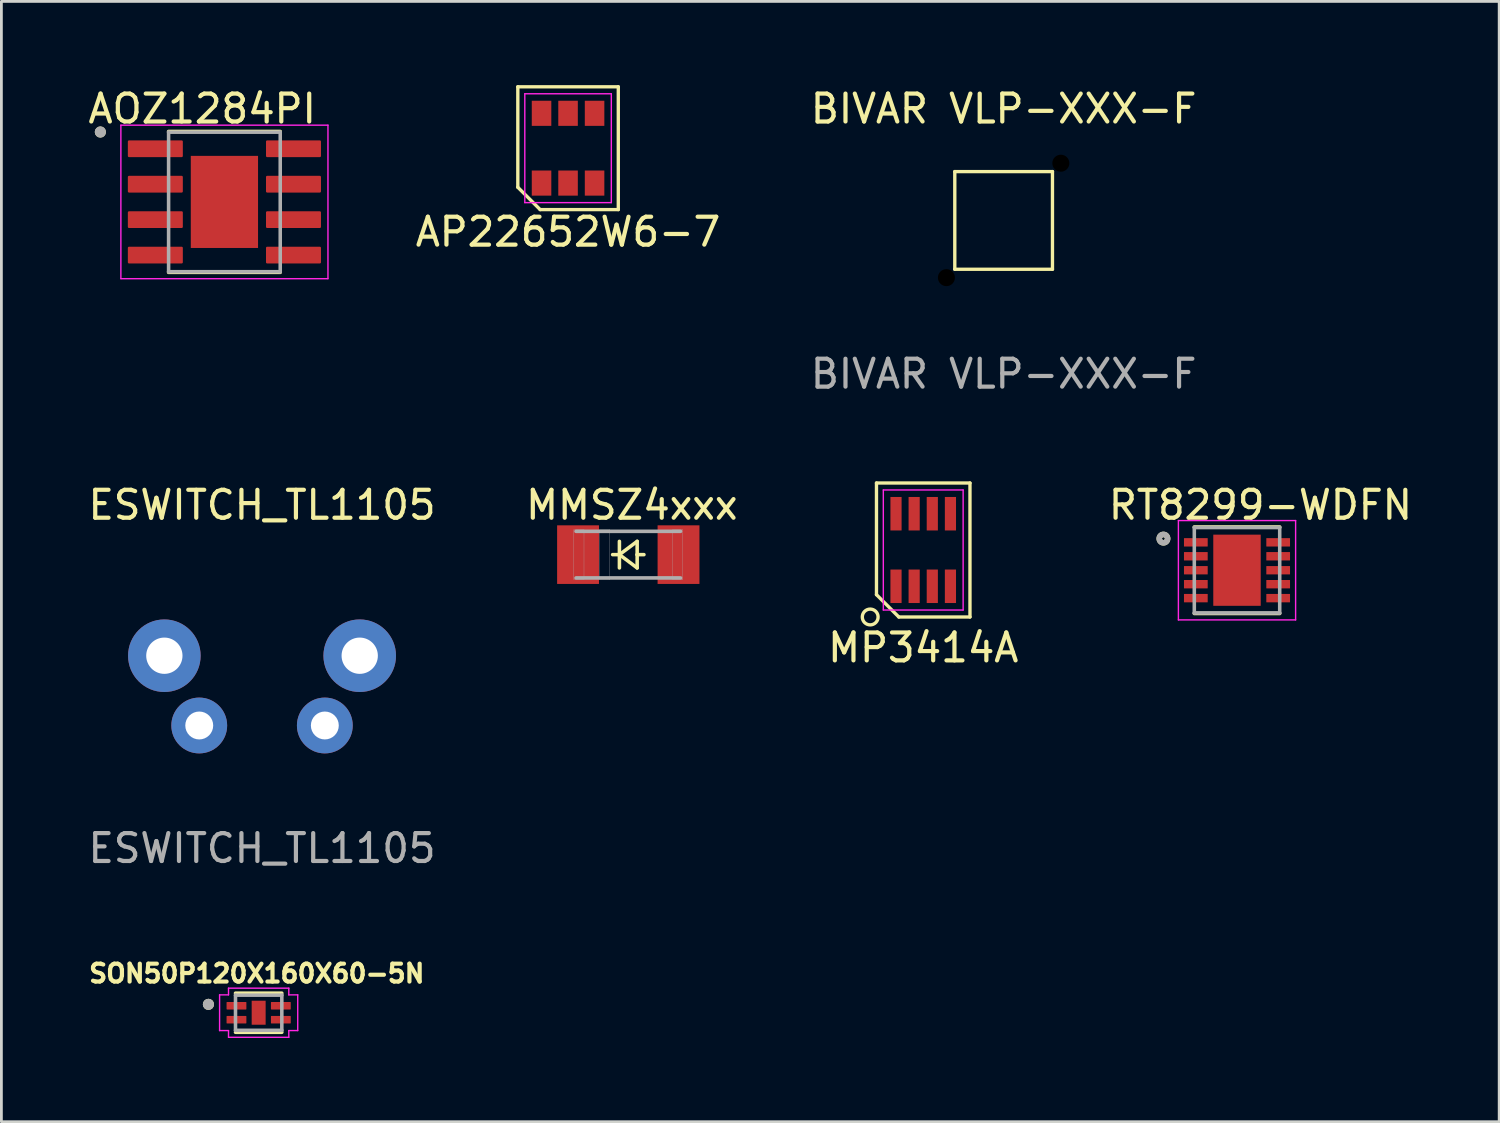
<source format=kicad_pcb>
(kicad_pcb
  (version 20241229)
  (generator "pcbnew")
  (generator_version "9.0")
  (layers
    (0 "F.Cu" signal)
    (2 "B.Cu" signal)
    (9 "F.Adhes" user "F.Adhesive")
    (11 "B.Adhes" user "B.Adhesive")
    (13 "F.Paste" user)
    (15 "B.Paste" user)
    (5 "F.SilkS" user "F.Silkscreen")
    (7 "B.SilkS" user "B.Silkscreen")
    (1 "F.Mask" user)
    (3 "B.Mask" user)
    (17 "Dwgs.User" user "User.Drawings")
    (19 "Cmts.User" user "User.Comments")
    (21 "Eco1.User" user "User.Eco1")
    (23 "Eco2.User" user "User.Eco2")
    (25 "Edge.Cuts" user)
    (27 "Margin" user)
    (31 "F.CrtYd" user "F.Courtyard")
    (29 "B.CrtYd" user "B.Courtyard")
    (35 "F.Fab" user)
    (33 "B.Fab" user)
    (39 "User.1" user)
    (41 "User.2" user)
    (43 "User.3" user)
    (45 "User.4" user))
  (footprint "MP3414A"
    (layer "F.Cu")
    (at 30.03 16.657)
    (property "Reference" "MP3414A" (at 0 3.5 0) (layer "F.SilkS") (effects (font (size 1 1) (thickness 0.15))))
    (attr through_hole)
    (fp_line (start -1.675 -2.4) (end 1.675 -2.4) (stroke (width 0.12) (type solid)) (layer "F.SilkS"))
    (fp_line (start -1.675 1.6) (end -1.675 -2.4) (stroke (width 0.12) (type solid)) (layer "F.SilkS"))
    (fp_line (start -0.875 2.4) (end -1.675 1.6) (stroke (width 0.12) (type solid)) (layer "F.SilkS"))
    (fp_line (start 1.675 -2.4) (end 1.675 2.4) (stroke (width 0.12) (type solid)) (layer "F.SilkS"))
    (fp_line (start 1.675 2.4) (end -0.875 2.4) (stroke (width 0.12) (type solid)) (layer "F.SilkS"))
    (fp_circle (center -1.9 2.4) (end -1.7 2.2) (stroke (width 0.12) (type solid)) (fill no) (layer "F.SilkS"))
    (fp_line (start -1.43 -2.15) (end 1.43 -2.15) (stroke (width 0.05) (type solid)) (layer "F.CrtYd"))
    (fp_line (start -1.43 2.15) (end -1.43 -2.15) (stroke (width 0.05) (type solid)) (layer "F.CrtYd"))
    (fp_line (start 1.43 -2.15) (end 1.43 2.15) (stroke (width 0.05) (type solid)) (layer "F.CrtYd"))
    (fp_line (start 1.43 2.15) (end -1.43 2.15) (stroke (width 0.05) (type solid)) (layer "F.CrtYd"))
    (pad "1" smd rect (at -0.975 1.3) (size 0.4 1.2) (layers "F.Cu" "F.Mask" "F.Paste"))
    (pad "2" smd rect (at -0.325 1.3) (size 0.4 1.2) (layers "F.Cu" "F.Mask" "F.Paste"))
    (pad "3" smd rect (at 0.325 1.3) (size 0.4 1.2) (layers "F.Cu" "F.Mask" "F.Paste"))
    (pad "4" smd rect (at 0.975 1.3) (size 0.4 1.2) (layers "F.Cu" "F.Mask" "F.Paste"))
    (pad "5" smd rect (at 0.975 -1.3) (size 0.4 1.2) (layers "F.Cu" "F.Mask" "F.Paste"))
    (pad "6" smd rect (at 0.325 -1.3) (size 0.4 1.2) (layers "F.Cu" "F.Mask" "F.Paste"))
    (pad "7" smd rect (at -0.325 -1.3) (size 0.4 1.2) (layers "F.Cu" "F.Mask" "F.Paste"))
    (pad "8" smd rect (at -0.975 -1.3) (size 0.4 1.2) (layers "F.Cu" "F.Mask" "F.Paste")))
  (footprint "BIVAR VLP-XXX-F"
    (layer "F.Cu")
    (at 32.911 4.848)
    (property "Reference" "BIVAR VLP-XXX-F" (at 0 -4 0) (unlocked yes) (layer "F.SilkS") (effects (font (size 1 1) (thickness 0.15))))
    (fp_line (start -1.75 -1.75) (end 1.75 -1.75) (stroke (width 0.12) (type solid)) (layer "F.SilkS"))
    (fp_line (start -1.75 1.75) (end -1.75 -1.75) (stroke (width 0.12) (type solid)) (layer "F.SilkS"))
    (fp_line (start 1.75 -1.75) (end 1.75 1.75) (stroke (width 0.12) (type solid)) (layer "F.SilkS"))
    (fp_line (start 1.75 1.75) (end -1.75 1.75) (stroke (width 0.12) (type solid)) (layer "F.SilkS"))
    (fp_text user "${REFERENCE}" (at 0 5.5 0) (unlocked yes) (layer "F.Fab") (effects (font (size 1 1) (thickness 0.15))))
    (pad "" np_thru_hole circle (at -2.05 2.05) (size 0.61 0.61) (drill 0.61) (layers "*.Mask"))
    (pad "" np_thru_hole circle (at 2.05 -2.05) (size 0.61 0.61) (drill 0.61) (layers "*.Mask")))
  (footprint "AOZ1284PI"
    (layer "F.Cu")
    (at 4.991 4.185)
    (property "Reference" "AOZ1284PI" (at -0.795 -3.337 0) (layer "F.SilkS") (effects (font (size 1 1) (thickness 0.15))))
    (attr through_hole)
    (fp_line (start -2 -2.525) (end 2 -2.525) (stroke (width 0.127) (type solid)) (layer "F.SilkS"))
    (fp_line (start -2 2.525) (end 2 2.525) (stroke (width 0.127) (type solid)) (layer "F.SilkS"))
    (fp_circle (center -4.445 -2.505) (end -4.345 -2.505) (stroke (width 0.2) (type solid)) (fill no) (layer "F.SilkS"))
    (fp_poly (pts (xy -0.76 -1.04) (xy 0.76 -1.04) (xy 0.76 1.04) (xy -0.76 1.04)) (stroke (width 0.01) (type solid)) (fill yes) (layer "F.Paste"))
    (fp_line (start -3.71 -2.75) (end -3.71 2.75) (stroke (width 0.05) (type solid)) (layer "F.CrtYd"))
    (fp_line (start -3.71 -2.75) (end 3.71 -2.75) (stroke (width 0.05) (type solid)) (layer "F.CrtYd"))
    (fp_line (start -3.71 2.75) (end 3.71 2.75) (stroke (width 0.05) (type solid)) (layer "F.CrtYd"))
    (fp_line (start 3.71 -2.75) (end 3.71 2.75) (stroke (width 0.05) (type solid)) (layer "F.CrtYd"))
    (fp_line (start -2 -2.5) (end -2 2.5) (stroke (width 0.127) (type solid)) (layer "F.Fab"))
    (fp_line (start -2 -2.5) (end 2 -2.5) (stroke (width 0.127) (type solid)) (layer "F.Fab"))
    (fp_line (start -2 2.5) (end 2 2.5) (stroke (width 0.127) (type solid)) (layer "F.Fab"))
    (fp_line (start 2 -2.5) (end 2 2.5) (stroke (width 0.127) (type solid)) (layer "F.Fab"))
    (fp_circle (center -4.445 -2.505) (end -4.345 -2.505) (stroke (width 0.2) (type solid)) (fill no) (layer "F.Fab"))
    (pad "1" smd roundrect (at -2.475 -1.905) (size 1.97 0.6) (layers "F.Cu" "F.Mask" "F.Paste") (roundrect_rratio 0.07))
    (pad "2" smd roundrect (at -2.475 -0.635) (size 1.97 0.6) (layers "F.Cu" "F.Mask" "F.Paste") (roundrect_rratio 0.07))
    (pad "3" smd roundrect (at -2.475 0.635) (size 1.97 0.6) (layers "F.Cu" "F.Mask" "F.Paste") (roundrect_rratio 0.07))
    (pad "4" smd roundrect (at -2.475 1.905) (size 1.97 0.6) (layers "F.Cu" "F.Mask" "F.Paste") (roundrect_rratio 0.07))
    (pad "5" smd roundrect (at 2.475 1.905) (size 1.97 0.6) (layers "F.Cu" "F.Mask" "F.Paste") (roundrect_rratio 0.07))
    (pad "6" smd roundrect (at 2.475 0.635) (size 1.97 0.6) (layers "F.Cu" "F.Mask" "F.Paste") (roundrect_rratio 0.07))
    (pad "7" smd roundrect (at 2.475 -0.635) (size 1.97 0.6) (layers "F.Cu" "F.Mask" "F.Paste") (roundrect_rratio 0.07))
    (pad "8" smd roundrect (at 2.475 -1.905) (size 1.97 0.6) (layers "F.Cu" "F.Mask" "F.Paste") (roundrect_rratio 0.07))
    (pad "9" smd rect (at 0 0) (size 2.41 3.3) (layers "F.Cu" "F.Mask")))
  (footprint "SON50P120X160X60-5N"
    (layer "F.Cu")
    (at 6.218 33.237)
    (property "Reference" "SON50P120X160X60-5N" (at -0.068 -1.406 0) (layer "F.SilkS") (effects (font (size 0.64 0.64) (thickness 0.15))))
    (attr through_hole)
    (fp_line (start -0.83 -0.7) (end 0.83 -0.7) (stroke (width 0.127) (type solid)) (layer "F.SilkS"))
    (fp_line (start -0.83 0.7) (end 0.83 0.7) (stroke (width 0.127) (type solid)) (layer "F.SilkS"))
    (fp_circle (center -1.8 -0.3) (end -1.7 -0.3) (stroke (width 0.2) (type solid)) (fill no) (layer "F.SilkS"))
    (fp_poly (pts (xy -0.159 -0.339) (xy 0.159 -0.339) (xy 0.159 0.339) (xy -0.159 0.339)) (stroke (width 0.01) (type solid)) (fill yes) (layer "F.Paste"))
    (fp_line (start -1.4 -0.64) (end -1.4 0.64) (stroke (width 0.05) (type solid)) (layer "F.CrtYd"))
    (fp_line (start -1.4 -0.64) (end -1.08 -0.64) (stroke (width 0.05) (type solid)) (layer "F.CrtYd"))
    (fp_line (start -1.08 -0.88) (end 1.08 -0.88) (stroke (width 0.05) (type solid)) (layer "F.CrtYd"))
    (fp_line (start -1.08 -0.64) (end -1.08 -0.88) (stroke (width 0.05) (type solid)) (layer "F.CrtYd"))
    (fp_line (start -1.08 0.64) (end -1.4 0.64) (stroke (width 0.05) (type solid)) (layer "F.CrtYd"))
    (fp_line (start -1.08 0.88) (end -1.08 0.64) (stroke (width 0.05) (type solid)) (layer "F.CrtYd"))
    (fp_line (start 1.08 -0.88) (end 1.08 -0.64) (stroke (width 0.05) (type solid)) (layer "F.CrtYd"))
    (fp_line (start 1.08 -0.64) (end 1.4 -0.64) (stroke (width 0.05) (type solid)) (layer "F.CrtYd"))
    (fp_line (start 1.08 0.64) (end 1.08 0.88) (stroke (width 0.05) (type solid)) (layer "F.CrtYd"))
    (fp_line (start 1.08 0.88) (end -1.08 0.88) (stroke (width 0.05) (type solid)) (layer "F.CrtYd"))
    (fp_line (start 1.4 0.64) (end 1.08 0.64) (stroke (width 0.05) (type solid)) (layer "F.CrtYd"))
    (fp_line (start 1.4 0.64) (end 1.4 -0.64) (stroke (width 0.05) (type solid)) (layer "F.CrtYd"))
    (fp_line (start -0.83 -0.63) (end 0.83 -0.63) (stroke (width 0.127) (type solid)) (layer "F.Fab"))
    (fp_line (start -0.83 0.63) (end -0.83 -0.63) (stroke (width 0.127) (type solid)) (layer "F.Fab"))
    (fp_line (start 0.83 -0.63) (end 0.83 0.63) (stroke (width 0.127) (type solid)) (layer "F.Fab"))
    (fp_line (start 0.83 0.63) (end -0.83 0.63) (stroke (width 0.127) (type solid)) (layer "F.Fab"))
    (fp_circle (center -1.8 -0.3) (end -1.7 -0.3) (stroke (width 0.2) (type solid)) (fill no) (layer "F.Fab"))
    (pad "1" smd roundrect (at -0.795 -0.25) (size 0.71 0.27) (layers "F.Cu" "F.Mask" "F.Paste") (roundrect_rratio 0.07))
    (pad "2" smd roundrect (at -0.795 0.25) (size 0.71 0.27) (layers "F.Cu" "F.Mask" "F.Paste") (roundrect_rratio 0.07))
    (pad "3" smd roundrect (at 0.795 0.25) (size 0.71 0.27) (layers "F.Cu" "F.Mask" "F.Paste") (roundrect_rratio 0.07))
    (pad "4" smd roundrect (at 0.795 -0.25) (size 0.71 0.27) (layers "F.Cu" "F.Mask" "F.Paste") (roundrect_rratio 0.07))
    (pad "5" smd rect (at 0 0) (size 0.5 0.86) (layers "F.Cu" "F.Mask")))
  (footprint "ESWITCH_TL1105"
    (layer "F.Cu")
    (at 6.339 22.945)
    (property "Reference" "ESWITCH_TL1105" (at 0 -7.9 0) (unlocked yes) (layer "F.SilkS") (effects (font (size 1 1) (thickness 0.15))))
    (attr through_hole)
    (fp_text user "${REFERENCE}" (at 0 4.4 0) (unlocked yes) (layer "F.Fab") (effects (font (size 1 1) (thickness 0.15))))
    (pad "1" thru_hole circle (at -2.25 0) (size 2 2) (drill 1) (layers "*.Cu" "*.Mask"))
    (pad "2" thru_hole circle (at 2.25 0) (size 2 2) (drill 1) (layers "*.Cu" "*.Mask"))
    (pad "3" thru_hole circle (at -3.5 -2.5) (size 2.6 2.6) (drill 1.3) (layers "*.Cu" "*.Mask"))
    (pad "4" thru_hole circle (at 3.5 -2.5 90) (size 2.6 2.6) (drill 1.3) (layers "*.Cu" "*.Mask")))
  (footprint "AP22652W6-7"
    (layer "F.Cu")
    (at 17.304 2.26)
    (property "Reference" "AP22652W6-7" (at 0 3 180) (layer "F.SilkS") (effects (font (size 1 1) (thickness 0.15))))
    (attr through_hole)
    (fp_line (start -1.8 -2.2) (end 1.8 -2.2) (stroke (width 0.12) (type solid)) (layer "F.SilkS"))
    (fp_line (start -1.8 1.4) (end -1.8 -2.2) (stroke (width 0.12) (type solid)) (layer "F.SilkS"))
    (fp_line (start -1 2.2) (end -1.8 1.4) (stroke (width 0.12) (type solid)) (layer "F.SilkS"))
    (fp_line (start 1.8 -2.2) (end 1.8 2.2) (stroke (width 0.12) (type solid)) (layer "F.SilkS"))
    (fp_line (start 1.8 2.2) (end -1 2.2) (stroke (width 0.12) (type solid)) (layer "F.SilkS"))
    (fp_line (start -1.55 -1.95) (end 1.55 -1.95) (stroke (width 0.05) (type solid)) (layer "F.CrtYd"))
    (fp_line (start -1.55 1.95) (end -1.55 -1.95) (stroke (width 0.05) (type solid)) (layer "F.CrtYd"))
    (fp_line (start 1.55 -1.95) (end 1.55 1.95) (stroke (width 0.05) (type solid)) (layer "F.CrtYd"))
    (fp_line (start 1.55 1.95) (end -1.55 1.95) (stroke (width 0.05) (type solid)) (layer "F.CrtYd"))
    (pad "1" smd rect (at -0.95 1.25) (size 0.7 0.9) (layers "F.Cu" "F.Mask" "F.Paste"))
    (pad "2" smd rect (at 0 1.25) (size 0.7 0.9) (layers "F.Cu" "F.Mask" "F.Paste"))
    (pad "3" smd rect (at 0.95 1.25) (size 0.7 0.9) (layers "F.Cu" "F.Mask" "F.Paste"))
    (pad "4" smd rect (at 0.95 -1.25) (size 0.7 0.9) (layers "F.Cu" "F.Mask" "F.Paste"))
    (pad "5" smd rect (at 0 -1.25) (size 0.7 0.9) (layers "F.Cu" "F.Mask" "F.Paste"))
    (pad "6" smd rect (at -0.95 -1.25) (size 0.7 0.9) (layers "F.Cu" "F.Mask" "F.Paste")))
  (footprint "RT8299-WDFN"
    (layer "F.Cu")
    (at 41.273 17.382)
    (property "Reference" "RT8299-WDFN" (at 0.84 -2.337 0) (layer "F.SilkS") (effects (font (size 1 1) (thickness 0.15))))
    (attr through_hole)
    (fp_line (start -1.53 -1.551) (end 1.53 -1.551) (stroke (width 0.127) (type solid)) (layer "F.SilkS"))
    (fp_line (start -1.53 1.551) (end 1.53 1.551) (stroke (width 0.127) (type solid)) (layer "F.SilkS"))
    (fp_circle (center -2.636 -1.133) (end -2.486 -1.133) (stroke (width 0.2) (type solid)) (fill no) (layer "F.SilkS"))
    (fp_poly (pts (xy -0.625 -1.045) (xy -0.095 -1.045) (xy -0.095 -0.095) (xy -0.625 -0.095)) (stroke (width 0.01) (type solid)) (fill yes) (layer "F.Paste"))
    (fp_poly (pts (xy -0.625 0.095) (xy -0.095 0.095) (xy -0.095 1.045) (xy -0.625 1.045)) (stroke (width 0.01) (type solid)) (fill yes) (layer "F.Paste"))
    (fp_poly (pts (xy 0.095 -1.045) (xy 0.625 -1.045) (xy 0.625 -0.095) (xy 0.095 -0.095)) (stroke (width 0.01) (type solid)) (fill yes) (layer "F.Paste"))
    (fp_poly (pts (xy 0.095 0.095) (xy 0.625 0.095) (xy 0.625 1.045) (xy 0.095 1.045)) (stroke (width 0.01) (type solid)) (fill yes) (layer "F.Paste"))
    (fp_line (start -2.1 -1.78) (end -2.1 1.78) (stroke (width 0.05) (type solid)) (layer "F.CrtYd"))
    (fp_line (start -2.1 -1.78) (end 2.1 -1.78) (stroke (width 0.05) (type solid)) (layer "F.CrtYd"))
    (fp_line (start -2.1 1.78) (end 2.1 1.78) (stroke (width 0.05) (type solid)) (layer "F.CrtYd"))
    (fp_line (start 2.1 -1.78) (end 2.1 1.78) (stroke (width 0.05) (type solid)) (layer "F.CrtYd"))
    (fp_line (start -1.53 -1.53) (end -1.53 1.53) (stroke (width 0.127) (type solid)) (layer "F.Fab"))
    (fp_line (start -1.53 -1.53) (end 1.53 -1.53) (stroke (width 0.127) (type solid)) (layer "F.Fab"))
    (fp_line (start -1.53 1.53) (end 1.53 1.53) (stroke (width 0.127) (type solid)) (layer "F.Fab"))
    (fp_line (start 1.53 -1.53) (end 1.53 1.53) (stroke (width 0.127) (type solid)) (layer "F.Fab"))
    (fp_circle (center -2.636 -1.133) (end -2.486 -1.133) (stroke (width 0.2) (type solid)) (fill no) (layer "F.Fab"))
    (pad "BOOT" smd roundrect (at -1.475 1) (size 0.85 0.3) (layers "F.Cu" "F.Mask" "F.Paste") (roundrect_rratio 0.03))
    (pad "EN" smd roundrect (at -1.475 0) (size 0.85 0.3) (layers "F.Cu" "F.Mask" "F.Paste") (roundrect_rratio 0.03))
    (pad "FB" smd roundrect (at -1.475 -1) (size 0.85 0.3) (layers "F.Cu" "F.Mask" "F.Paste") (roundrect_rratio 0.03))
    (pad "GND" smd rect (at 0 0) (size 1.7 2.55) (layers "F.Cu" "F.Mask"))
    (pad "GND" smd roundrect (at 1.475 -1) (size 0.85 0.3) (layers "F.Cu" "F.Mask" "F.Paste") (roundrect_rratio 0.03))
    (pad "PGOOD" smd roundrect (at -1.475 -0.5) (size 0.85 0.3) (layers "F.Cu" "F.Mask" "F.Paste") (roundrect_rratio 0.03))
    (pad "SW" smd roundrect (at 1.475 -0.5) (size 0.85 0.3) (layers "F.Cu" "F.Mask" "F.Paste") (roundrect_rratio 0.03))
    (pad "SW" smd roundrect (at 1.475 0) (size 0.85 0.3) (layers "F.Cu" "F.Mask" "F.Paste") (roundrect_rratio 0.03))
    (pad "VCC" smd roundrect (at -1.475 0.5) (size 0.85 0.3) (layers "F.Cu" "F.Mask" "F.Paste") (roundrect_rratio 0.03))
    (pad "VIN" smd roundrect (at 1.475 0.5) (size 0.85 0.3) (layers "F.Cu" "F.Mask" "F.Paste") (roundrect_rratio 0.03))
    (pad "VIN" smd roundrect (at 1.475 1) (size 0.85 0.3) (layers "F.Cu" "F.Mask" "F.Paste") (roundrect_rratio 0.03)))
  (footprint "MMSZ4xxx"
    (layer "F.Cu")
    (at 19.462 16.823)
    (property "Reference" "MMSZ4xxx" (at 0.127 -1.778 0) (layer "F.SilkS") (effects (font (size 1 1) (thickness 0.15))))
    (attr smd)
    (fp_line (start -0.318 0) (end -0.561 0) (stroke (width 0.127) (type solid)) (layer "F.SilkS"))
    (fp_line (start -0.318 0) (end -0.318 -0.476) (stroke (width 0.127) (type solid)) (layer "F.SilkS"))
    (fp_line (start -0.318 0) (end -0.318 0.476) (stroke (width 0.127) (type solid)) (layer "F.SilkS"))
    (fp_line (start -0.318 0) (end 0.318 0.476) (stroke (width 0.127) (type solid)) (layer "F.SilkS"))
    (fp_line (start 0.318 -0.476) (end -0.318 0) (stroke (width 0.127) (type solid)) (layer "F.SilkS"))
    (fp_line (start 0.318 0) (end 0.318 -0.476) (stroke (width 0.127) (type solid)) (layer "F.SilkS"))
    (fp_line (start 0.318 0) (end 0.561 0) (stroke (width 0.127) (type solid)) (layer "F.SilkS"))
    (fp_line (start 0.318 0.476) (end 0.318 0) (stroke (width 0.127) (type solid)) (layer "F.SilkS"))
    (fp_line (start -1.873 -0.835) (end 1.873 -0.835) (stroke (width 0.127) (type solid)) (layer "F.Fab"))
    (fp_line (start -1.873 0.835) (end 1.873 0.835) (stroke (width 0.127) (type solid)) (layer "F.Fab"))
    (fp_poly (pts (xy -1.95 -0.9) (xy -1.587 -0.9) (xy -1.587 0.9) (xy -1.95 0.9)) (stroke (width 0.01) (type solid)) (fill no) (layer "F.Fab"))
    (fp_poly (pts (xy -1.025 -0.9) (xy -0.662 -0.9) (xy -0.662 0.9) (xy -1.025 0.9)) (stroke (width 0.01) (type solid)) (fill no) (layer "F.Fab"))
    (fp_poly (pts (xy 1.587 -0.9) (xy 1.95 -0.9) (xy 1.95 0.9) (xy 1.587 0.9)) (stroke (width 0.01) (type solid)) (fill no) (layer "F.Fab"))
    (pad "A" smd rect (at 1.8 0 180) (size 1.5 2.1) (layers "F.Cu" "F.Mask" "F.Paste"))
    (pad "C" smd rect (at -1.8 0 180) (size 1.5 2.1) (layers "F.Cu" "F.Mask" "F.Paste")))
  (gr_rect
    (start -3 -3)
    (end 50.667 37.142)
    (stroke (width 0.1) (type default))
    (fill no)
    (layer "Edge.Cuts")))
</source>
